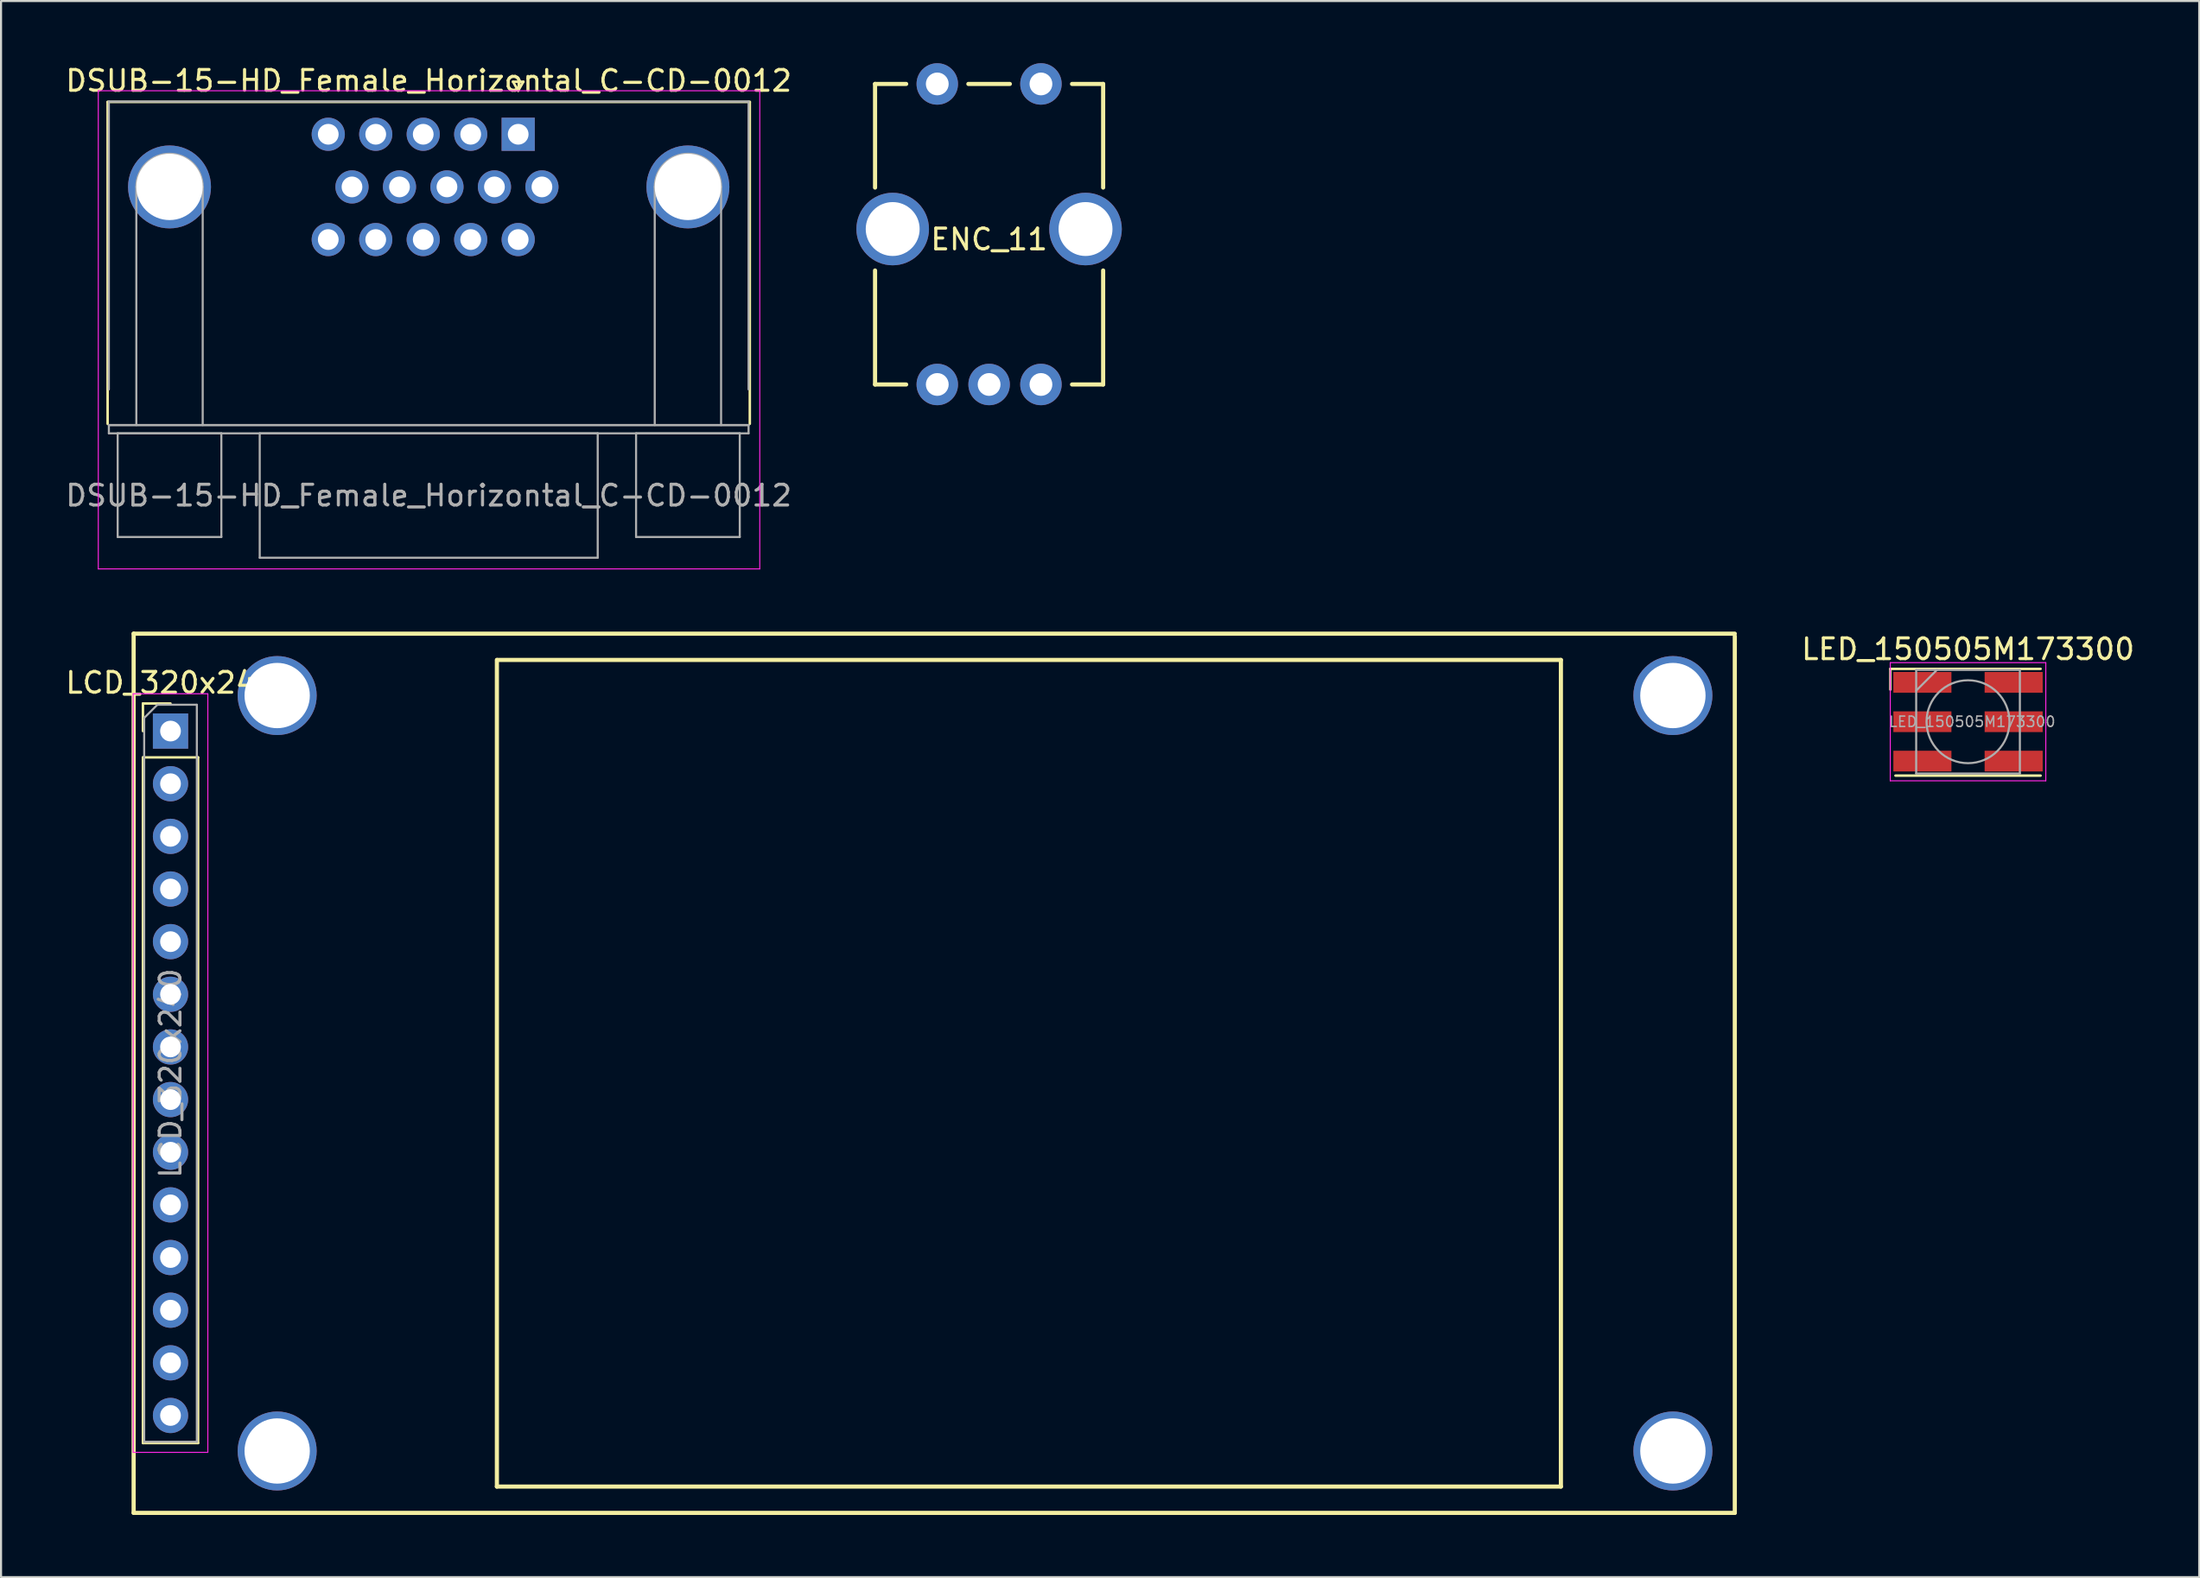
<source format=kicad_pcb>
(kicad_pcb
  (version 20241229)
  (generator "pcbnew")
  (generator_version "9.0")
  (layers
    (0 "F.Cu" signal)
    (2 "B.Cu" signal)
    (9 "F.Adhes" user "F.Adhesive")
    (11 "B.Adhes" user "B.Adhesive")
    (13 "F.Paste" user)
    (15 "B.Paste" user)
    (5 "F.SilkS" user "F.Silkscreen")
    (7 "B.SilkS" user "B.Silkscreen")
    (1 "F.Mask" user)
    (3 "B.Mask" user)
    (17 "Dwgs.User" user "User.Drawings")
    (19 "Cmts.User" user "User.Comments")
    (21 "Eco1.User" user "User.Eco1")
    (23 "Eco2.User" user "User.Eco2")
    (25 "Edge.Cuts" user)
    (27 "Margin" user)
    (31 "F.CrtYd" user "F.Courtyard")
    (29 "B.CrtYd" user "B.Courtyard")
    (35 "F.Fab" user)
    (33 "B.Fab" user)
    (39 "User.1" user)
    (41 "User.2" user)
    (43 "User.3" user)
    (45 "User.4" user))
  (footprint "DSUB-15-HD_Female_Horizontal_C-CD-0012"
    (layer "F.Cu")
    (at 21.94 3.428)
    (property "Reference" "DSUB-15-HD_Female_Horizontal_C-CD-0012" (at -4.315 -2.58 0) (layer "F.SilkS") (effects (font (size 1 1) (thickness 0.15))))
    (attr through_hole)
    (fp_line (start -19.8 -1.56) (end 11.17 -1.56) (stroke (width 0.12) (type solid)) (layer "F.SilkS"))
    (fp_line (start -19.8 13.97) (end -19.8 -1.56) (stroke (width 0.12) (type solid)) (layer "F.SilkS"))
    (fp_line (start -0.25 -2.534) (end 0.25 -2.534) (stroke (width 0.12) (type solid)) (layer "F.SilkS"))
    (fp_line (start 0 -2.101) (end -0.25 -2.534) (stroke (width 0.12) (type solid)) (layer "F.SilkS"))
    (fp_line (start 0.25 -2.534) (end 0 -2.101) (stroke (width 0.12) (type solid)) (layer "F.SilkS"))
    (fp_line (start 11.17 -1.56) (end 11.17 13.97) (stroke (width 0.12) (type solid)) (layer "F.SilkS"))
    (fp_line (start -20.25 -2.1) (end -20.25 20.97) (stroke (width 0.05) (type solid)) (layer "F.CrtYd"))
    (fp_line (start -20.25 20.97) (end 11.65 20.97) (stroke (width 0.05) (type solid)) (layer "F.CrtYd"))
    (fp_line (start 11.65 -2.1) (end -20.25 -2.1) (stroke (width 0.05) (type solid)) (layer "F.CrtYd"))
    (fp_line (start 11.65 20.97) (end 11.65 -2.1) (stroke (width 0.05) (type solid)) (layer "F.CrtYd"))
    (fp_line (start -19.74 -1.58) (end -19.74 12.31) (stroke (width 0.1) (type solid)) (layer "F.Fab"))
    (fp_line (start -19.74 14.03) (end -19.74 14.43) (stroke (width 0.1) (type solid)) (layer "F.Fab"))
    (fp_line (start -19.74 14.03) (end 11.11 14.03) (stroke (width 0.1) (type solid)) (layer "F.Fab"))
    (fp_line (start -19.74 14.43) (end 11.11 14.43) (stroke (width 0.1) (type solid)) (layer "F.Fab"))
    (fp_line (start -19.315 14.43) (end -19.315 19.43) (stroke (width 0.1) (type solid)) (layer "F.Fab"))
    (fp_line (start -19.315 19.43) (end -14.315 19.43) (stroke (width 0.1) (type solid)) (layer "F.Fab"))
    (fp_line (start -18.415 14.03) (end -18.415 2.54) (stroke (width 0.1) (type solid)) (layer "F.Fab"))
    (fp_line (start -15.215 14.03) (end -15.215 2.54) (stroke (width 0.1) (type solid)) (layer "F.Fab"))
    (fp_line (start -14.315 14.43) (end -19.315 14.43) (stroke (width 0.1) (type solid)) (layer "F.Fab"))
    (fp_line (start -14.315 19.43) (end -14.315 14.43) (stroke (width 0.1) (type solid)) (layer "F.Fab"))
    (fp_line (start -12.465 14.43) (end -12.465 20.43) (stroke (width 0.1) (type solid)) (layer "F.Fab"))
    (fp_line (start -12.465 20.43) (end 3.835 20.43) (stroke (width 0.1) (type solid)) (layer "F.Fab"))
    (fp_line (start 3.835 14.43) (end -12.465 14.43) (stroke (width 0.1) (type solid)) (layer "F.Fab"))
    (fp_line (start 3.835 20.43) (end 3.835 14.43) (stroke (width 0.1) (type solid)) (layer "F.Fab"))
    (fp_line (start 5.685 14.43) (end 5.685 19.43) (stroke (width 0.1) (type solid)) (layer "F.Fab"))
    (fp_line (start 5.685 19.43) (end 10.685 19.43) (stroke (width 0.1) (type solid)) (layer "F.Fab"))
    (fp_line (start 6.585 14.03) (end 6.585 2.54) (stroke (width 0.1) (type solid)) (layer "F.Fab"))
    (fp_line (start 9.785 14.03) (end 9.785 2.54) (stroke (width 0.1) (type solid)) (layer "F.Fab"))
    (fp_line (start 10.685 14.43) (end 5.685 14.43) (stroke (width 0.1) (type solid)) (layer "F.Fab"))
    (fp_line (start 10.685 19.43) (end 10.685 14.43) (stroke (width 0.1) (type solid)) (layer "F.Fab"))
    (fp_line (start 11.11 -1.58) (end -19.74 -1.58) (stroke (width 0.1) (type solid)) (layer "F.Fab"))
    (fp_line (start 11.11 12.31) (end 11.11 -1.58) (stroke (width 0.1) (type solid)) (layer "F.Fab"))
    (fp_line (start 11.11 14.03) (end -19.74 14.03) (stroke (width 0.1) (type solid)) (layer "F.Fab"))
    (fp_line (start 11.11 14.43) (end 11.11 14.03) (stroke (width 0.1) (type solid)) (layer "F.Fab"))
    (fp_arc (start -18.415 2.54) (mid -16.815 0.94) (end -15.215 2.54) (stroke (width 0.1) (type solid)) (layer "F.Fab"))
    (fp_arc (start 6.585 2.54) (mid 8.185 0.94) (end 9.785 2.54) (stroke (width 0.1) (type solid)) (layer "F.Fab"))
    (fp_text user "${REFERENCE}" (at -4.315 17.43 0) (layer "F.Fab") (effects (font (size 1 1) (thickness 0.15))))
    (pad "0" thru_hole circle (at -16.815 2.54) (size 4 4) (drill 3.2) (layers "*.Cu" "*.Mask"))
    (pad "0" thru_hole circle (at 8.185 2.54) (size 4 4) (drill 3.2) (layers "*.Cu" "*.Mask"))
    (pad "1" thru_hole rect (at 0 0) (size 1.6 1.6) (drill 1) (layers "*.Cu" "*.Mask"))
    (pad "2" thru_hole circle (at -2.29 0) (size 1.6 1.6) (drill 1) (layers "*.Cu" "*.Mask"))
    (pad "3" thru_hole circle (at -4.58 0) (size 1.6 1.6) (drill 1) (layers "*.Cu" "*.Mask"))
    (pad "4" thru_hole circle (at -6.87 0) (size 1.6 1.6) (drill 1) (layers "*.Cu" "*.Mask"))
    (pad "5" thru_hole circle (at -9.16 0) (size 1.6 1.6) (drill 1) (layers "*.Cu" "*.Mask"))
    (pad "6" thru_hole circle (at 1.145 2.54) (size 1.6 1.6) (drill 1) (layers "*.Cu" "*.Mask"))
    (pad "7" thru_hole circle (at -1.145 2.54) (size 1.6 1.6) (drill 1) (layers "*.Cu" "*.Mask"))
    (pad "8" thru_hole circle (at -3.435 2.54) (size 1.6 1.6) (drill 1) (layers "*.Cu" "*.Mask"))
    (pad "9" thru_hole circle (at -5.725 2.54) (size 1.6 1.6) (drill 1) (layers "*.Cu" "*.Mask"))
    (pad "10" thru_hole circle (at -8.015 2.54) (size 1.6 1.6) (drill 1) (layers "*.Cu" "*.Mask"))
    (pad "11" thru_hole circle (at 0 5.08) (size 1.6 1.6) (drill 1) (layers "*.Cu" "*.Mask"))
    (pad "12" thru_hole circle (at -2.29 5.08) (size 1.6 1.6) (drill 1) (layers "*.Cu" "*.Mask"))
    (pad "13" thru_hole circle (at -4.58 5.08) (size 1.6 1.6) (drill 1) (layers "*.Cu" "*.Mask"))
    (pad "14" thru_hole circle (at -6.87 5.08) (size 1.6 1.6) (drill 1) (layers "*.Cu" "*.Mask"))
    (pad "15" thru_hole circle (at -9.16 5.08) (size 1.6 1.6) (drill 1) (layers "*.Cu" "*.Mask")))
  (footprint "LCD_320x240"
    (layer "F.Cu")
    (at 42.003 48.732)
    (property "Reference" "LCD_320x240" (at -36.83 -18.84 0) (layer "F.SilkS") (effects (font (size 1 1) (thickness 0.15))))
    (attr through_hole)
    (fp_line (start -38.608 -21.209) (end 38.608 -21.209) (stroke (width 0.2) (type solid)) (layer "F.SilkS"))
    (fp_line (start -38.608 21.209) (end -38.608 -21.209) (stroke (width 0.2) (type solid)) (layer "F.SilkS"))
    (fp_line (start -38.16 -17.84) (end -36.83 -17.84) (stroke (width 0.12) (type solid)) (layer "F.SilkS"))
    (fp_line (start -38.16 -16.51) (end -38.16 -17.84) (stroke (width 0.12) (type solid)) (layer "F.SilkS"))
    (fp_line (start -38.16 -15.24) (end -38.16 17.84) (stroke (width 0.12) (type solid)) (layer "F.SilkS"))
    (fp_line (start -38.16 -15.24) (end -35.5 -15.24) (stroke (width 0.12) (type solid)) (layer "F.SilkS"))
    (fp_line (start -38.16 17.84) (end -35.5 17.84) (stroke (width 0.12) (type solid)) (layer "F.SilkS"))
    (fp_line (start -35.5 -15.24) (end -35.5 17.84) (stroke (width 0.12) (type solid)) (layer "F.SilkS"))
    (fp_line (start -21.09 19.941) (end -21.09 -19.941) (stroke (width 0.2) (type solid)) (layer "F.SilkS"))
    (fp_line (start -21.08 -19.941) (end 30.222 -19.941) (stroke (width 0.2) (type solid)) (layer "F.SilkS"))
    (fp_line (start 30.222 -19.941) (end 30.222 19.941) (stroke (width 0.2) (type solid)) (layer "F.SilkS"))
    (fp_line (start 30.222 19.941) (end -21.09 19.941) (stroke (width 0.2) (type solid)) (layer "F.SilkS"))
    (fp_line (start 38.608 -21.09) (end 38.608 21.209) (stroke (width 0.2) (type solid)) (layer "F.SilkS"))
    (fp_line (start 38.608 21.209) (end -38.608 21.209) (stroke (width 0.2) (type solid)) (layer "F.SilkS"))
    (fp_line (start -38.63 -18.31) (end -38.63 18.29) (stroke (width 0.05) (type solid)) (layer "F.CrtYd"))
    (fp_line (start -38.63 18.29) (end -35.03 18.29) (stroke (width 0.05) (type solid)) (layer "F.CrtYd"))
    (fp_line (start -35.03 -18.31) (end -38.63 -18.31) (stroke (width 0.05) (type solid)) (layer "F.CrtYd"))
    (fp_line (start -35.03 18.29) (end -35.03 -18.31) (stroke (width 0.05) (type solid)) (layer "F.CrtYd"))
    (fp_line (start -38.1 -17.145) (end -37.465 -17.78) (stroke (width 0.1) (type solid)) (layer "F.Fab"))
    (fp_line (start -38.1 17.78) (end -38.1 -17.145) (stroke (width 0.1) (type solid)) (layer "F.Fab"))
    (fp_line (start -37.465 -17.78) (end -35.56 -17.78) (stroke (width 0.1) (type solid)) (layer "F.Fab"))
    (fp_line (start -35.56 -17.78) (end -35.56 17.78) (stroke (width 0.1) (type solid)) (layer "F.Fab"))
    (fp_line (start -35.56 17.78) (end -38.1 17.78) (stroke (width 0.1) (type solid)) (layer "F.Fab"))
    (fp_text user "${REFERENCE}" (at -36.83 0 90) (layer "F.Fab") (effects (font (size 1 1) (thickness 0.15))))
    (pad "1" thru_hole rect (at -36.83 -16.51) (size 1.7 1.7) (drill 1) (layers "*.Cu" "*.Mask"))
    (pad "2" thru_hole oval (at -36.83 -13.97) (size 1.7 1.7) (drill 1) (layers "*.Cu" "*.Mask"))
    (pad "3" thru_hole oval (at -36.83 -11.43) (size 1.7 1.7) (drill 1) (layers "*.Cu" "*.Mask"))
    (pad "4" thru_hole oval (at -36.83 -8.89) (size 1.7 1.7) (drill 1) (layers "*.Cu" "*.Mask"))
    (pad "5" thru_hole oval (at -36.83 -6.35) (size 1.7 1.7) (drill 1) (layers "*.Cu" "*.Mask"))
    (pad "6" thru_hole oval (at -36.83 -3.81) (size 1.7 1.7) (drill 1) (layers "*.Cu" "*.Mask"))
    (pad "7" thru_hole oval (at -36.83 -1.27) (size 1.7 1.7) (drill 1) (layers "*.Cu" "*.Mask"))
    (pad "8" thru_hole oval (at -36.83 1.27) (size 1.7 1.7) (drill 1) (layers "*.Cu" "*.Mask"))
    (pad "9" thru_hole oval (at -36.83 3.81) (size 1.7 1.7) (drill 1) (layers "*.Cu" "*.Mask"))
    (pad "10" thru_hole oval (at -36.83 6.35) (size 1.7 1.7) (drill 1) (layers "*.Cu" "*.Mask"))
    (pad "11" thru_hole oval (at -36.83 8.89) (size 1.7 1.7) (drill 1) (layers "*.Cu" "*.Mask"))
    (pad "12" thru_hole oval (at -36.83 11.43) (size 1.7 1.7) (drill 1) (layers "*.Cu" "*.Mask"))
    (pad "13" thru_hole oval (at -36.83 13.97) (size 1.7 1.7) (drill 1) (layers "*.Cu" "*.Mask"))
    (pad "14" thru_hole oval (at -36.83 16.51) (size 1.7 1.7) (drill 1) (layers "*.Cu" "*.Mask"))
    (pad "15" thru_hole circle (at -31.686 -18.224) (size 3.81 3.81) (drill 3.15) (layers "*.Cu" "*.Mask"))
    (pad "16" thru_hole circle (at -31.686 18.224) (size 3.81 3.81) (drill 3.15) (layers "*.Cu" "*.Mask"))
    (pad "17" thru_hole circle (at 35.623 -18.224) (size 3.81 3.81) (drill 3.15) (layers "*.Cu" "*.Mask"))
    (pad "18" thru_hole circle (at 35.623 18.224) (size 3.81 3.81) (drill 3.15) (layers "*.Cu" "*.Mask")))
  (footprint "ENC_11"
    (layer "F.Cu")
    (at 44.65 8)
    (property "Reference" "ENC_11" (at 0 0.5 0) (layer "F.SilkS") (effects (font (size 1 1) (thickness 0.15))))
    (attr through_hole)
    (fp_line (start -5.5 -7) (end -5.5 -2) (stroke (width 0.2) (type solid)) (layer "F.SilkS"))
    (fp_line (start -5.5 7.5) (end -5.5 2) (stroke (width 0.2) (type solid)) (layer "F.SilkS"))
    (fp_line (start -4 -7) (end -5.5 -7) (stroke (width 0.2) (type solid)) (layer "F.SilkS"))
    (fp_line (start -4 7.5) (end -5.5 7.5) (stroke (width 0.2) (type solid)) (layer "F.SilkS"))
    (fp_line (start -1 -7) (end 1 -7) (stroke (width 0.2) (type solid)) (layer "F.SilkS"))
    (fp_line (start 4 -7) (end 5.5 -7) (stroke (width 0.2) (type solid)) (layer "F.SilkS"))
    (fp_line (start 5.5 -7) (end 5.5 -2) (stroke (width 0.2) (type solid)) (layer "F.SilkS"))
    (fp_line (start 5.5 2) (end 5.5 7.5) (stroke (width 0.2) (type solid)) (layer "F.SilkS"))
    (fp_line (start 5.5 7.5) (end 4 7.5) (stroke (width 0.2) (type solid)) (layer "F.SilkS"))
    (pad "1" thru_hole circle (at -2.5 7.5) (size 2 2) (drill 1.1) (layers "*.Cu" "*.Mask"))
    (pad "2" thru_hole circle (at 2.5 7.5) (size 2 2) (drill 1.1) (layers "*.Cu" "*.Mask"))
    (pad "3" thru_hole circle (at 0 7.5) (size 2 2) (drill 1.1) (layers "*.Cu" "*.Mask"))
    (pad "4" thru_hole circle (at -2.5 -7) (size 2 2) (drill 1.1) (layers "*.Cu" "*.Mask"))
    (pad "5" thru_hole circle (at 2.5 -7) (size 2 2) (drill 1.1) (layers "*.Cu" "*.Mask"))
    (pad "6" thru_hole circle (at -4.65 0) (size 3.5 3.5) (drill 2.6) (layers "*.Cu" "*.Mask"))
    (pad "7" thru_hole circle (at 4.65 0) (size 3.5 3.5) (drill 2.6) (layers "*.Cu" "*.Mask")))
  (footprint "LED_150505M173300"
    (layer "F.Cu")
    (at 91.859 31.771)
    (property "Reference" "LED_150505M173300" (at 0 -3.5 0) (layer "F.SilkS") (effects (font (size 1 1) (thickness 0.15))))
    (attr smd)
    (fp_line (start -3.747 -2.55) (end 3.5 -2.55) (stroke (width 0.12) (type solid)) (layer "F.SilkS"))
    (fp_line (start -3.747 -1.55) (end -3.747 -2.55) (stroke (width 0.12) (type solid)) (layer "F.SilkS"))
    (fp_line (start -3.5 2.6) (end 3.5 2.6) (stroke (width 0.12) (type solid)) (layer "F.SilkS"))
    (fp_line (start -3.75 -2.85) (end -3.75 2.85) (stroke (width 0.05) (type solid)) (layer "F.CrtYd"))
    (fp_line (start -3.75 2.85) (end 3.75 2.85) (stroke (width 0.05) (type solid)) (layer "F.CrtYd"))
    (fp_line (start 3.75 -2.85) (end -3.75 -2.85) (stroke (width 0.05) (type solid)) (layer "F.CrtYd"))
    (fp_line (start 3.75 2.85) (end 3.75 -2.85) (stroke (width 0.05) (type solid)) (layer "F.CrtYd"))
    (fp_line (start -2.5 -2.5) (end 2.5 -2.5) (stroke (width 0.1) (type solid)) (layer "F.Fab"))
    (fp_line (start -2.5 -1.5) (end -1.5 -2.5) (stroke (width 0.1) (type solid)) (layer "F.Fab"))
    (fp_line (start -2.5 2.5) (end -2.5 -2.5) (stroke (width 0.1) (type solid)) (layer "F.Fab"))
    (fp_line (start 2.5 -2.5) (end 2.5 2.5) (stroke (width 0.1) (type solid)) (layer "F.Fab"))
    (fp_line (start 2.5 2.5) (end -2.5 2.5) (stroke (width 0.1) (type solid)) (layer "F.Fab"))
    (fp_circle (center 0 0) (end 0 -2) (stroke (width 0.1) (type solid)) (fill no) (layer "F.Fab"))
    (fp_text user "${REFERENCE}" (at 0.2 0 0) (layer "F.Fab") (effects (font (size 0.5 0.5) (thickness 0.07))))
    (pad "1" smd rect (at -2.2 -1.9) (size 2.8 1) (layers "F.Cu" "F.Mask" "F.Paste"))
    (pad "2" smd rect (at -2.2 0) (size 2.8 1) (layers "F.Cu" "F.Mask" "F.Paste"))
    (pad "3" smd rect (at -2.2 1.9) (size 2.8 1) (layers "F.Cu" "F.Mask" "F.Paste"))
    (pad "4" smd rect (at 2.2 1.9) (size 2.8 1) (layers "F.Cu" "F.Mask" "F.Paste"))
    (pad "5" smd rect (at 2.2 0) (size 2.8 1) (layers "F.Cu" "F.Mask" "F.Paste"))
    (pad "6" smd rect (at 2.2 -1.9) (size 2.8 1) (layers "F.Cu" "F.Mask" "F.Paste")))
  (gr_rect
    (start -3 -3)
    (end 103.008 73.041)
    (stroke (width 0.1) (type default))
    (fill no)
    (layer "Edge.Cuts")))
</source>
